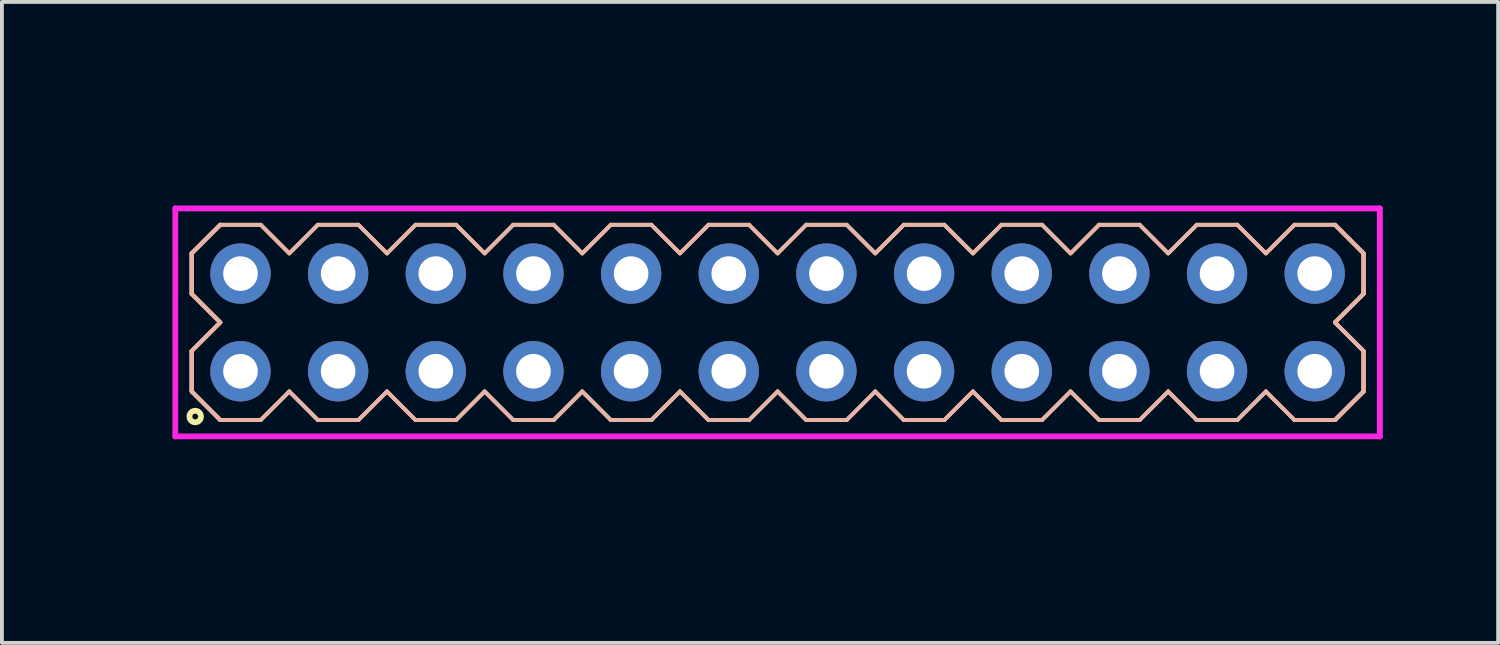
<source format=kicad_pcb>
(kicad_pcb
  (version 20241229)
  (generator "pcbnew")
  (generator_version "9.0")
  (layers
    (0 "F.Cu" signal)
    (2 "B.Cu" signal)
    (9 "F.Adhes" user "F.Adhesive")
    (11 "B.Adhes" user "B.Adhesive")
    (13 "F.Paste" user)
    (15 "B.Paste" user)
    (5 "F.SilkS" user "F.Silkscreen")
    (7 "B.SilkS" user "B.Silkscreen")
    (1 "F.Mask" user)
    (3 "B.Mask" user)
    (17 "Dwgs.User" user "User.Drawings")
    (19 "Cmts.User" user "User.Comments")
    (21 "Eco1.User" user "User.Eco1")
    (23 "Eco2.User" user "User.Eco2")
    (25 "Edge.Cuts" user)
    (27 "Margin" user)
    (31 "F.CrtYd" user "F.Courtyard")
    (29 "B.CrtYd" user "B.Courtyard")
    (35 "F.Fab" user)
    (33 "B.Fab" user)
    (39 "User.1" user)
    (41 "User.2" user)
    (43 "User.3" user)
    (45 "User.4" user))
  (footprint "HDR254P12x2"
    (layer "F.Cu")
    (at 17.175 5.336)
    (property "Reference" "HDR254P12x2" (at -16.415 0 90) (layer "User.1") (effects (font (size 1 1) (thickness 0.1))))
    (attr through_hole)
    (fp_line (start -15.24 -1.796) (end -14.496 -2.54) (stroke (width 0.1) (type solid)) (layer "F.SilkS"))
    (fp_line (start -15.24 -1.796) (end -14.496 -2.54) (stroke (width 0.1) (type solid)) (layer "F.SilkS"))
    (fp_line (start -15.24 -0.744) (end -15.24 -1.796) (stroke (width 0.1) (type solid)) (layer "F.SilkS"))
    (fp_line (start -15.24 -0.744) (end -15.24 -1.796) (stroke (width 0.1) (type solid)) (layer "F.SilkS"))
    (fp_line (start -15.24 0.744) (end -14.496 0) (stroke (width 0.1) (type solid)) (layer "F.SilkS"))
    (fp_line (start -15.24 0.744) (end -14.496 0) (stroke (width 0.1) (type solid)) (layer "F.SilkS"))
    (fp_line (start -15.24 1.796) (end -15.24 0.744) (stroke (width 0.1) (type solid)) (layer "F.SilkS"))
    (fp_line (start -15.24 1.796) (end -15.24 0.744) (stroke (width 0.1) (type solid)) (layer "F.SilkS"))
    (fp_line (start -14.496 -2.54) (end -13.444 -2.54) (stroke (width 0.1) (type solid)) (layer "F.SilkS"))
    (fp_line (start -14.496 0) (end -15.24 -0.744) (stroke (width 0.1) (type solid)) (layer "F.SilkS"))
    (fp_line (start -14.496 0) (end -15.24 -0.744) (stroke (width 0.1) (type solid)) (layer "F.SilkS"))
    (fp_line (start -14.496 2.54) (end -15.24 1.796) (stroke (width 0.1) (type solid)) (layer "F.SilkS"))
    (fp_line (start -14.496 2.54) (end -15.24 1.796) (stroke (width 0.1) (type solid)) (layer "F.SilkS"))
    (fp_line (start -13.444 -2.54) (end -12.7 -1.796) (stroke (width 0.1) (type solid)) (layer "F.SilkS"))
    (fp_line (start -13.444 2.54) (end -14.496 2.54) (stroke (width 0.1) (type solid)) (layer "F.SilkS"))
    (fp_line (start -12.7 -1.796) (end -11.956 -2.54) (stroke (width 0.1) (type solid)) (layer "F.SilkS"))
    (fp_line (start -12.7 1.796) (end -13.444 2.54) (stroke (width 0.1) (type solid)) (layer "F.SilkS"))
    (fp_line (start -11.956 -2.54) (end -10.904 -2.54) (stroke (width 0.1) (type solid)) (layer "F.SilkS"))
    (fp_line (start -11.956 2.54) (end -12.7 1.796) (stroke (width 0.1) (type solid)) (layer "F.SilkS"))
    (fp_line (start -10.904 -2.54) (end -10.16 -1.796) (stroke (width 0.1) (type solid)) (layer "F.SilkS"))
    (fp_line (start -10.904 2.54) (end -11.956 2.54) (stroke (width 0.1) (type solid)) (layer "F.SilkS"))
    (fp_line (start -10.16 -1.796) (end -9.416 -2.54) (stroke (width 0.1) (type solid)) (layer "F.SilkS"))
    (fp_line (start -10.16 1.796) (end -10.904 2.54) (stroke (width 0.1) (type solid)) (layer "F.SilkS"))
    (fp_line (start -9.416 -2.54) (end -8.364 -2.54) (stroke (width 0.1) (type solid)) (layer "F.SilkS"))
    (fp_line (start -9.416 2.54) (end -10.16 1.796) (stroke (width 0.1) (type solid)) (layer "F.SilkS"))
    (fp_line (start -8.364 -2.54) (end -7.62 -1.796) (stroke (width 0.1) (type solid)) (layer "F.SilkS"))
    (fp_line (start -8.364 2.54) (end -9.416 2.54) (stroke (width 0.1) (type solid)) (layer "F.SilkS"))
    (fp_line (start -7.62 -1.796) (end -6.876 -2.54) (stroke (width 0.1) (type solid)) (layer "F.SilkS"))
    (fp_line (start -7.62 1.796) (end -8.364 2.54) (stroke (width 0.1) (type solid)) (layer "F.SilkS"))
    (fp_line (start -6.876 -2.54) (end -5.824 -2.54) (stroke (width 0.1) (type solid)) (layer "F.SilkS"))
    (fp_line (start -6.876 2.54) (end -7.62 1.796) (stroke (width 0.1) (type solid)) (layer "F.SilkS"))
    (fp_line (start -5.824 -2.54) (end -5.08 -1.796) (stroke (width 0.1) (type solid)) (layer "F.SilkS"))
    (fp_line (start -5.824 2.54) (end -6.876 2.54) (stroke (width 0.1) (type solid)) (layer "F.SilkS"))
    (fp_line (start -5.08 -1.796) (end -4.336 -2.54) (stroke (width 0.1) (type solid)) (layer "F.SilkS"))
    (fp_line (start -5.08 1.796) (end -5.824 2.54) (stroke (width 0.1) (type solid)) (layer "F.SilkS"))
    (fp_line (start -4.336 -2.54) (end -3.284 -2.54) (stroke (width 0.1) (type solid)) (layer "F.SilkS"))
    (fp_line (start -4.336 2.54) (end -5.08 1.796) (stroke (width 0.1) (type solid)) (layer "F.SilkS"))
    (fp_line (start -3.284 -2.54) (end -2.54 -1.796) (stroke (width 0.1) (type solid)) (layer "F.SilkS"))
    (fp_line (start -3.284 2.54) (end -4.336 2.54) (stroke (width 0.1) (type solid)) (layer "F.SilkS"))
    (fp_line (start -2.54 -1.796) (end -1.796 -2.54) (stroke (width 0.1) (type solid)) (layer "F.SilkS"))
    (fp_line (start -2.54 1.796) (end -3.284 2.54) (stroke (width 0.1) (type solid)) (layer "F.SilkS"))
    (fp_line (start -1.796 -2.54) (end -0.744 -2.54) (stroke (width 0.1) (type solid)) (layer "F.SilkS"))
    (fp_line (start -1.796 2.54) (end -2.54 1.796) (stroke (width 0.1) (type solid)) (layer "F.SilkS"))
    (fp_line (start -0.744 -2.54) (end 0 -1.796) (stroke (width 0.1) (type solid)) (layer "F.SilkS"))
    (fp_line (start -0.744 2.54) (end -1.796 2.54) (stroke (width 0.1) (type solid)) (layer "F.SilkS"))
    (fp_line (start 0 -1.796) (end 0.744 -2.54) (stroke (width 0.1) (type solid)) (layer "F.SilkS"))
    (fp_line (start 0 1.796) (end -0.744 2.54) (stroke (width 0.1) (type solid)) (layer "F.SilkS"))
    (fp_line (start 0.744 -2.54) (end 1.796 -2.54) (stroke (width 0.1) (type solid)) (layer "F.SilkS"))
    (fp_line (start 0.744 2.54) (end 0 1.796) (stroke (width 0.1) (type solid)) (layer "F.SilkS"))
    (fp_line (start 1.796 -2.54) (end 2.54 -1.796) (stroke (width 0.1) (type solid)) (layer "F.SilkS"))
    (fp_line (start 1.796 2.54) (end 0.744 2.54) (stroke (width 0.1) (type solid)) (layer "F.SilkS"))
    (fp_line (start 2.54 -1.796) (end 3.284 -2.54) (stroke (width 0.1) (type solid)) (layer "F.SilkS"))
    (fp_line (start 2.54 1.796) (end 1.796 2.54) (stroke (width 0.1) (type solid)) (layer "F.SilkS"))
    (fp_line (start 3.284 -2.54) (end 4.336 -2.54) (stroke (width 0.1) (type solid)) (layer "F.SilkS"))
    (fp_line (start 3.284 2.54) (end 2.54 1.796) (stroke (width 0.1) (type solid)) (layer "F.SilkS"))
    (fp_line (start 4.336 -2.54) (end 5.08 -1.796) (stroke (width 0.1) (type solid)) (layer "F.SilkS"))
    (fp_line (start 4.336 2.54) (end 3.284 2.54) (stroke (width 0.1) (type solid)) (layer "F.SilkS"))
    (fp_line (start 5.08 -1.796) (end 5.824 -2.54) (stroke (width 0.1) (type solid)) (layer "F.SilkS"))
    (fp_line (start 5.08 1.796) (end 4.336 2.54) (stroke (width 0.1) (type solid)) (layer "F.SilkS"))
    (fp_line (start 5.824 -2.54) (end 6.876 -2.54) (stroke (width 0.1) (type solid)) (layer "F.SilkS"))
    (fp_line (start 5.824 2.54) (end 5.08 1.796) (stroke (width 0.1) (type solid)) (layer "F.SilkS"))
    (fp_line (start 6.876 -2.54) (end 7.62 -1.796) (stroke (width 0.1) (type solid)) (layer "F.SilkS"))
    (fp_line (start 6.876 2.54) (end 5.824 2.54) (stroke (width 0.1) (type solid)) (layer "F.SilkS"))
    (fp_line (start 7.62 -1.796) (end 8.364 -2.54) (stroke (width 0.1) (type solid)) (layer "F.SilkS"))
    (fp_line (start 7.62 1.796) (end 6.876 2.54) (stroke (width 0.1) (type solid)) (layer "F.SilkS"))
    (fp_line (start 8.364 -2.54) (end 9.416 -2.54) (stroke (width 0.1) (type solid)) (layer "F.SilkS"))
    (fp_line (start 8.364 2.54) (end 7.62 1.796) (stroke (width 0.1) (type solid)) (layer "F.SilkS"))
    (fp_line (start 9.416 -2.54) (end 10.16 -1.796) (stroke (width 0.1) (type solid)) (layer "F.SilkS"))
    (fp_line (start 9.416 2.54) (end 8.364 2.54) (stroke (width 0.1) (type solid)) (layer "F.SilkS"))
    (fp_line (start 10.16 -1.796) (end 10.904 -2.54) (stroke (width 0.1) (type solid)) (layer "F.SilkS"))
    (fp_line (start 10.16 1.796) (end 9.416 2.54) (stroke (width 0.1) (type solid)) (layer "F.SilkS"))
    (fp_line (start 10.904 -2.54) (end 11.956 -2.54) (stroke (width 0.1) (type solid)) (layer "F.SilkS"))
    (fp_line (start 10.904 2.54) (end 10.16 1.796) (stroke (width 0.1) (type solid)) (layer "F.SilkS"))
    (fp_line (start 11.956 -2.54) (end 12.7 -1.796) (stroke (width 0.1) (type solid)) (layer "F.SilkS"))
    (fp_line (start 11.956 2.54) (end 10.904 2.54) (stroke (width 0.1) (type solid)) (layer "F.SilkS"))
    (fp_line (start 12.7 -1.796) (end 13.444 -2.54) (stroke (width 0.1) (type solid)) (layer "F.SilkS"))
    (fp_line (start 12.7 1.796) (end 11.956 2.54) (stroke (width 0.1) (type solid)) (layer "F.SilkS"))
    (fp_line (start 13.444 -2.54) (end 14.496 -2.54) (stroke (width 0.1) (type solid)) (layer "F.SilkS"))
    (fp_line (start 13.444 2.54) (end 12.7 1.796) (stroke (width 0.1) (type solid)) (layer "F.SilkS"))
    (fp_line (start 14.496 -2.54) (end 15.24 -1.796) (stroke (width 0.1) (type solid)) (layer "F.SilkS"))
    (fp_line (start 14.496 -2.54) (end 15.24 -1.796) (stroke (width 0.1) (type solid)) (layer "F.SilkS"))
    (fp_line (start 14.496 0) (end 15.24 0.744) (stroke (width 0.1) (type solid)) (layer "F.SilkS"))
    (fp_line (start 14.496 0) (end 15.24 0.744) (stroke (width 0.1) (type solid)) (layer "F.SilkS"))
    (fp_line (start 14.496 2.54) (end 13.444 2.54) (stroke (width 0.1) (type solid)) (layer "F.SilkS"))
    (fp_line (start 15.24 -1.796) (end 15.24 -0.744) (stroke (width 0.1) (type solid)) (layer "F.SilkS"))
    (fp_line (start 15.24 -1.796) (end 15.24 -0.744) (stroke (width 0.1) (type solid)) (layer "F.SilkS"))
    (fp_line (start 15.24 -0.744) (end 14.496 0) (stroke (width 0.1) (type solid)) (layer "F.SilkS"))
    (fp_line (start 15.24 -0.744) (end 14.496 0) (stroke (width 0.1) (type solid)) (layer "F.SilkS"))
    (fp_line (start 15.24 0.744) (end 15.24 1.796) (stroke (width 0.1) (type solid)) (layer "F.SilkS"))
    (fp_line (start 15.24 0.744) (end 15.24 1.796) (stroke (width 0.1) (type solid)) (layer "F.SilkS"))
    (fp_line (start 15.24 1.796) (end 14.496 2.54) (stroke (width 0.1) (type solid)) (layer "F.SilkS"))
    (fp_line (start 15.24 1.796) (end 14.496 2.54) (stroke (width 0.1) (type solid)) (layer "F.SilkS"))
    (fp_circle (center -15.148 2.448) (end -14.998 2.448) (stroke (width 0.15) (type solid)) (fill no) (layer "F.SilkS"))
    (fp_line (start -15.24 -1.796) (end -14.496 -2.54) (stroke (width 0.1) (type solid)) (layer "B.SilkS"))
    (fp_line (start -15.24 -1.796) (end -14.496 -2.54) (stroke (width 0.1) (type solid)) (layer "B.SilkS"))
    (fp_line (start -15.24 -0.744) (end -15.24 -1.796) (stroke (width 0.1) (type solid)) (layer "B.SilkS"))
    (fp_line (start -15.24 -0.744) (end -15.24 -1.796) (stroke (width 0.1) (type solid)) (layer "B.SilkS"))
    (fp_line (start -15.24 0.744) (end -14.496 0) (stroke (width 0.1) (type solid)) (layer "B.SilkS"))
    (fp_line (start -15.24 0.744) (end -14.496 0) (stroke (width 0.1) (type solid)) (layer "B.SilkS"))
    (fp_line (start -15.24 1.796) (end -15.24 0.744) (stroke (width 0.1) (type solid)) (layer "B.SilkS"))
    (fp_line (start -15.24 1.796) (end -15.24 0.744) (stroke (width 0.1) (type solid)) (layer "B.SilkS"))
    (fp_line (start -14.496 -2.54) (end -13.444 -2.54) (stroke (width 0.1) (type solid)) (layer "B.SilkS"))
    (fp_line (start -14.496 0) (end -15.24 -0.744) (stroke (width 0.1) (type solid)) (layer "B.SilkS"))
    (fp_line (start -14.496 0) (end -15.24 -0.744) (stroke (width 0.1) (type solid)) (layer "B.SilkS"))
    (fp_line (start -14.496 2.54) (end -15.24 1.796) (stroke (width 0.1) (type solid)) (layer "B.SilkS"))
    (fp_line (start -14.496 2.54) (end -15.24 1.796) (stroke (width 0.1) (type solid)) (layer "B.SilkS"))
    (fp_line (start -13.444 -2.54) (end -12.7 -1.796) (stroke (width 0.1) (type solid)) (layer "B.SilkS"))
    (fp_line (start -13.444 2.54) (end -14.496 2.54) (stroke (width 0.1) (type solid)) (layer "B.SilkS"))
    (fp_line (start -12.7 -1.796) (end -11.956 -2.54) (stroke (width 0.1) (type solid)) (layer "B.SilkS"))
    (fp_line (start -12.7 1.796) (end -13.444 2.54) (stroke (width 0.1) (type solid)) (layer "B.SilkS"))
    (fp_line (start -11.956 -2.54) (end -10.904 -2.54) (stroke (width 0.1) (type solid)) (layer "B.SilkS"))
    (fp_line (start -11.956 2.54) (end -12.7 1.796) (stroke (width 0.1) (type solid)) (layer "B.SilkS"))
    (fp_line (start -10.904 -2.54) (end -10.16 -1.796) (stroke (width 0.1) (type solid)) (layer "B.SilkS"))
    (fp_line (start -10.904 2.54) (end -11.956 2.54) (stroke (width 0.1) (type solid)) (layer "B.SilkS"))
    (fp_line (start -10.16 -1.796) (end -9.416 -2.54) (stroke (width 0.1) (type solid)) (layer "B.SilkS"))
    (fp_line (start -10.16 1.796) (end -10.904 2.54) (stroke (width 0.1) (type solid)) (layer "B.SilkS"))
    (fp_line (start -9.416 -2.54) (end -8.364 -2.54) (stroke (width 0.1) (type solid)) (layer "B.SilkS"))
    (fp_line (start -9.416 2.54) (end -10.16 1.796) (stroke (width 0.1) (type solid)) (layer "B.SilkS"))
    (fp_line (start -8.364 -2.54) (end -7.62 -1.796) (stroke (width 0.1) (type solid)) (layer "B.SilkS"))
    (fp_line (start -8.364 2.54) (end -9.416 2.54) (stroke (width 0.1) (type solid)) (layer "B.SilkS"))
    (fp_line (start -7.62 -1.796) (end -6.876 -2.54) (stroke (width 0.1) (type solid)) (layer "B.SilkS"))
    (fp_line (start -7.62 1.796) (end -8.364 2.54) (stroke (width 0.1) (type solid)) (layer "B.SilkS"))
    (fp_line (start -6.876 -2.54) (end -5.824 -2.54) (stroke (width 0.1) (type solid)) (layer "B.SilkS"))
    (fp_line (start -6.876 2.54) (end -7.62 1.796) (stroke (width 0.1) (type solid)) (layer "B.SilkS"))
    (fp_line (start -5.824 -2.54) (end -5.08 -1.796) (stroke (width 0.1) (type solid)) (layer "B.SilkS"))
    (fp_line (start -5.824 2.54) (end -6.876 2.54) (stroke (width 0.1) (type solid)) (layer "B.SilkS"))
    (fp_line (start -5.08 -1.796) (end -4.336 -2.54) (stroke (width 0.1) (type solid)) (layer "B.SilkS"))
    (fp_line (start -5.08 1.796) (end -5.824 2.54) (stroke (width 0.1) (type solid)) (layer "B.SilkS"))
    (fp_line (start -4.336 -2.54) (end -3.284 -2.54) (stroke (width 0.1) (type solid)) (layer "B.SilkS"))
    (fp_line (start -4.336 2.54) (end -5.08 1.796) (stroke (width 0.1) (type solid)) (layer "B.SilkS"))
    (fp_line (start -3.284 -2.54) (end -2.54 -1.796) (stroke (width 0.1) (type solid)) (layer "B.SilkS"))
    (fp_line (start -3.284 2.54) (end -4.336 2.54) (stroke (width 0.1) (type solid)) (layer "B.SilkS"))
    (fp_line (start -2.54 -1.796) (end -1.796 -2.54) (stroke (width 0.1) (type solid)) (layer "B.SilkS"))
    (fp_line (start -2.54 1.796) (end -3.284 2.54) (stroke (width 0.1) (type solid)) (layer "B.SilkS"))
    (fp_line (start -1.796 -2.54) (end -0.744 -2.54) (stroke (width 0.1) (type solid)) (layer "B.SilkS"))
    (fp_line (start -1.796 2.54) (end -2.54 1.796) (stroke (width 0.1) (type solid)) (layer "B.SilkS"))
    (fp_line (start -0.744 -2.54) (end 0 -1.796) (stroke (width 0.1) (type solid)) (layer "B.SilkS"))
    (fp_line (start -0.744 2.54) (end -1.796 2.54) (stroke (width 0.1) (type solid)) (layer "B.SilkS"))
    (fp_line (start 0 -1.796) (end 0.744 -2.54) (stroke (width 0.1) (type solid)) (layer "B.SilkS"))
    (fp_line (start 0 1.796) (end -0.744 2.54) (stroke (width 0.1) (type solid)) (layer "B.SilkS"))
    (fp_line (start 0.744 -2.54) (end 1.796 -2.54) (stroke (width 0.1) (type solid)) (layer "B.SilkS"))
    (fp_line (start 0.744 2.54) (end 0 1.796) (stroke (width 0.1) (type solid)) (layer "B.SilkS"))
    (fp_line (start 1.796 -2.54) (end 2.54 -1.796) (stroke (width 0.1) (type solid)) (layer "B.SilkS"))
    (fp_line (start 1.796 2.54) (end 0.744 2.54) (stroke (width 0.1) (type solid)) (layer "B.SilkS"))
    (fp_line (start 2.54 -1.796) (end 3.284 -2.54) (stroke (width 0.1) (type solid)) (layer "B.SilkS"))
    (fp_line (start 2.54 1.796) (end 1.796 2.54) (stroke (width 0.1) (type solid)) (layer "B.SilkS"))
    (fp_line (start 3.284 -2.54) (end 4.336 -2.54) (stroke (width 0.1) (type solid)) (layer "B.SilkS"))
    (fp_line (start 3.284 2.54) (end 2.54 1.796) (stroke (width 0.1) (type solid)) (layer "B.SilkS"))
    (fp_line (start 4.336 -2.54) (end 5.08 -1.796) (stroke (width 0.1) (type solid)) (layer "B.SilkS"))
    (fp_line (start 4.336 2.54) (end 3.284 2.54) (stroke (width 0.1) (type solid)) (layer "B.SilkS"))
    (fp_line (start 5.08 -1.796) (end 5.824 -2.54) (stroke (width 0.1) (type solid)) (layer "B.SilkS"))
    (fp_line (start 5.08 1.796) (end 4.336 2.54) (stroke (width 0.1) (type solid)) (layer "B.SilkS"))
    (fp_line (start 5.824 -2.54) (end 6.876 -2.54) (stroke (width 0.1) (type solid)) (layer "B.SilkS"))
    (fp_line (start 5.824 2.54) (end 5.08 1.796) (stroke (width 0.1) (type solid)) (layer "B.SilkS"))
    (fp_line (start 6.876 -2.54) (end 7.62 -1.796) (stroke (width 0.1) (type solid)) (layer "B.SilkS"))
    (fp_line (start 6.876 2.54) (end 5.824 2.54) (stroke (width 0.1) (type solid)) (layer "B.SilkS"))
    (fp_line (start 7.62 -1.796) (end 8.364 -2.54) (stroke (width 0.1) (type solid)) (layer "B.SilkS"))
    (fp_line (start 7.62 1.796) (end 6.876 2.54) (stroke (width 0.1) (type solid)) (layer "B.SilkS"))
    (fp_line (start 8.364 -2.54) (end 9.416 -2.54) (stroke (width 0.1) (type solid)) (layer "B.SilkS"))
    (fp_line (start 8.364 2.54) (end 7.62 1.796) (stroke (width 0.1) (type solid)) (layer "B.SilkS"))
    (fp_line (start 9.416 -2.54) (end 10.16 -1.796) (stroke (width 0.1) (type solid)) (layer "B.SilkS"))
    (fp_line (start 9.416 2.54) (end 8.364 2.54) (stroke (width 0.1) (type solid)) (layer "B.SilkS"))
    (fp_line (start 10.16 -1.796) (end 10.904 -2.54) (stroke (width 0.1) (type solid)) (layer "B.SilkS"))
    (fp_line (start 10.16 1.796) (end 9.416 2.54) (stroke (width 0.1) (type solid)) (layer "B.SilkS"))
    (fp_line (start 10.904 -2.54) (end 11.956 -2.54) (stroke (width 0.1) (type solid)) (layer "B.SilkS"))
    (fp_line (start 10.904 2.54) (end 10.16 1.796) (stroke (width 0.1) (type solid)) (layer "B.SilkS"))
    (fp_line (start 11.956 -2.54) (end 12.7 -1.796) (stroke (width 0.1) (type solid)) (layer "B.SilkS"))
    (fp_line (start 11.956 2.54) (end 10.904 2.54) (stroke (width 0.1) (type solid)) (layer "B.SilkS"))
    (fp_line (start 12.7 -1.796) (end 13.444 -2.54) (stroke (width 0.1) (type solid)) (layer "B.SilkS"))
    (fp_line (start 12.7 1.796) (end 11.956 2.54) (stroke (width 0.1) (type solid)) (layer "B.SilkS"))
    (fp_line (start 13.444 -2.54) (end 14.496 -2.54) (stroke (width 0.1) (type solid)) (layer "B.SilkS"))
    (fp_line (start 13.444 2.54) (end 12.7 1.796) (stroke (width 0.1) (type solid)) (layer "B.SilkS"))
    (fp_line (start 14.496 -2.54) (end 15.24 -1.796) (stroke (width 0.1) (type solid)) (layer "B.SilkS"))
    (fp_line (start 14.496 -2.54) (end 15.24 -1.796) (stroke (width 0.1) (type solid)) (layer "B.SilkS"))
    (fp_line (start 14.496 0) (end 15.24 0.744) (stroke (width 0.1) (type solid)) (layer "B.SilkS"))
    (fp_line (start 14.496 0) (end 15.24 0.744) (stroke (width 0.1) (type solid)) (layer "B.SilkS"))
    (fp_line (start 14.496 2.54) (end 13.444 2.54) (stroke (width 0.1) (type solid)) (layer "B.SilkS"))
    (fp_line (start 15.24 -1.796) (end 15.24 -0.744) (stroke (width 0.1) (type solid)) (layer "B.SilkS"))
    (fp_line (start 15.24 -1.796) (end 15.24 -0.744) (stroke (width 0.1) (type solid)) (layer "B.SilkS"))
    (fp_line (start 15.24 -0.744) (end 14.496 0) (stroke (width 0.1) (type solid)) (layer "B.SilkS"))
    (fp_line (start 15.24 -0.744) (end 14.496 0) (stroke (width 0.1) (type solid)) (layer "B.SilkS"))
    (fp_line (start 15.24 0.744) (end 15.24 1.796) (stroke (width 0.1) (type solid)) (layer "B.SilkS"))
    (fp_line (start 15.24 0.744) (end 15.24 1.796) (stroke (width 0.1) (type solid)) (layer "B.SilkS"))
    (fp_line (start 15.24 1.796) (end 14.496 2.54) (stroke (width 0.1) (type solid)) (layer "B.SilkS"))
    (fp_line (start 15.24 1.796) (end 14.496 2.54) (stroke (width 0.1) (type solid)) (layer "B.SilkS"))
    (fp_line (start -15.665 -2.965) (end -15.665 2.965) (stroke (width 0.15) (type solid)) (layer "F.CrtYd"))
    (fp_line (start -15.665 2.965) (end 15.665 2.965) (stroke (width 0.15) (type solid)) (layer "F.CrtYd"))
    (fp_line (start 15.665 -2.965) (end -15.665 -2.965) (stroke (width 0.15) (type solid)) (layer "F.CrtYd"))
    (fp_line (start 15.665 2.965) (end 15.665 -2.965) (stroke (width 0.15) (type solid)) (layer "F.CrtYd"))
    (pad "1" thru_hole oval (at -13.97 1.27) (size 1.57 1.57) (drill 0.9) (layers "*.Cu" "*.Mask"))
    (pad "2" thru_hole oval (at -13.97 -1.27) (size 1.57 1.57) (drill 0.9) (layers "*.Cu" "*.Mask"))
    (pad "3" thru_hole oval (at -11.43 1.27) (size 1.57 1.57) (drill 0.9) (layers "*.Cu" "*.Mask"))
    (pad "4" thru_hole oval (at -11.43 -1.27) (size 1.57 1.57) (drill 0.9) (layers "*.Cu" "*.Mask"))
    (pad "5" thru_hole oval (at -8.89 1.27) (size 1.57 1.57) (drill 0.9) (layers "*.Cu" "*.Mask"))
    (pad "6" thru_hole oval (at -8.89 -1.27) (size 1.57 1.57) (drill 0.9) (layers "*.Cu" "*.Mask"))
    (pad "7" thru_hole oval (at -6.35 1.27) (size 1.57 1.57) (drill 0.9) (layers "*.Cu" "*.Mask"))
    (pad "8" thru_hole oval (at -6.35 -1.27) (size 1.57 1.57) (drill 0.9) (layers "*.Cu" "*.Mask"))
    (pad "9" thru_hole oval (at -3.81 1.27) (size 1.57 1.57) (drill 0.9) (layers "*.Cu" "*.Mask"))
    (pad "10" thru_hole oval (at -3.81 -1.27) (size 1.57 1.57) (drill 0.9) (layers "*.Cu" "*.Mask"))
    (pad "11" thru_hole oval (at -1.27 1.27) (size 1.57 1.57) (drill 0.9) (layers "*.Cu" "*.Mask"))
    (pad "12" thru_hole oval (at -1.27 -1.27) (size 1.57 1.57) (drill 0.9) (layers "*.Cu" "*.Mask"))
    (pad "13" thru_hole oval (at 1.27 1.27) (size 1.57 1.57) (drill 0.9) (layers "*.Cu" "*.Mask"))
    (pad "14" thru_hole oval (at 1.27 -1.27) (size 1.57 1.57) (drill 0.9) (layers "*.Cu" "*.Mask"))
    (pad "15" thru_hole oval (at 3.81 1.27) (size 1.57 1.57) (drill 0.9) (layers "*.Cu" "*.Mask"))
    (pad "16" thru_hole oval (at 3.81 -1.27) (size 1.57 1.57) (drill 0.9) (layers "*.Cu" "*.Mask"))
    (pad "17" thru_hole oval (at 6.35 1.27) (size 1.57 1.57) (drill 0.9) (layers "*.Cu" "*.Mask"))
    (pad "18" thru_hole oval (at 6.35 -1.27) (size 1.57 1.57) (drill 0.9) (layers "*.Cu" "*.Mask"))
    (pad "19" thru_hole oval (at 8.89 1.27) (size 1.57 1.57) (drill 0.9) (layers "*.Cu" "*.Mask"))
    (pad "20" thru_hole oval (at 8.89 -1.27) (size 1.57 1.57) (drill 0.9) (layers "*.Cu" "*.Mask"))
    (pad "21" thru_hole oval (at 11.43 1.27) (size 1.57 1.57) (drill 0.9) (layers "*.Cu" "*.Mask"))
    (pad "22" thru_hole oval (at 11.43 -1.27) (size 1.57 1.57) (drill 0.9) (layers "*.Cu" "*.Mask"))
    (pad "23" thru_hole oval (at 13.97 1.27) (size 1.57 1.57) (drill 0.9) (layers "*.Cu" "*.Mask"))
    (pad "24" thru_hole oval (at 13.97 -1.27) (size 1.57 1.57) (drill 0.9) (layers "*.Cu" "*.Mask")))
  (gr_rect
    (start -3 -3)
    (end 35.916 13.671)
    (stroke (width 0.1) (type default))
    (fill no)
    (layer "Edge.Cuts")))
</source>
